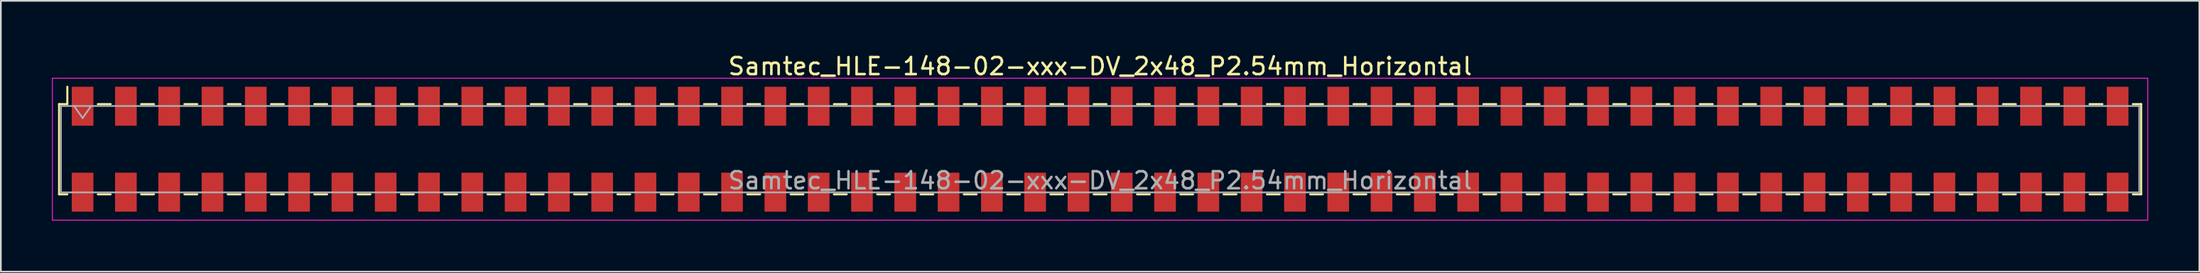
<source format=kicad_pcb>
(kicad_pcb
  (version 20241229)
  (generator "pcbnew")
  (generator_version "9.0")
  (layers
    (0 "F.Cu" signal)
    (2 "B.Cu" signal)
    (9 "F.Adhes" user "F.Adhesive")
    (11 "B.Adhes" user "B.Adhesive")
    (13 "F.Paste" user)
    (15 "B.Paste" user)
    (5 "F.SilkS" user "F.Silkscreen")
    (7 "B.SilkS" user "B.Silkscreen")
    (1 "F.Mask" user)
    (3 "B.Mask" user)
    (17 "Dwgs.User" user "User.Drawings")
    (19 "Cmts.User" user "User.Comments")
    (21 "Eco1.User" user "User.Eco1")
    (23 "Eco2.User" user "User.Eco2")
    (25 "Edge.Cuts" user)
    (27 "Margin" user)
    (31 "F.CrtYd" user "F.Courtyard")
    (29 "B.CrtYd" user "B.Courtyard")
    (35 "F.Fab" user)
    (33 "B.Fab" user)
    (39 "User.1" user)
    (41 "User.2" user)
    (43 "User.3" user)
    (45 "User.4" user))
  (footprint "Samtec_HLE-148-02-xxx-DV_2x48_P2.54mm_Horizontal"
    (layer "F.Cu")
    (at 61.485 5.718)
    (property "Reference" "Samtec_HLE-148-02-xxx-DV_2x48_P2.54mm_Horizontal" (at 0 -4.87 0) (layer "F.SilkS") (effects (font (size 1 1) (thickness 0.15))))
    (attr smd)
    (fp_line (start -61.07 -2.65) (end -61.07 2.65) (stroke (width 0.12) (type solid)) (layer "F.SilkS"))
    (fp_line (start -61.07 2.65) (end -60.585 2.65) (stroke (width 0.12) (type solid)) (layer "F.SilkS"))
    (fp_line (start -60.585 -3.67) (end -60.585 -2.65) (stroke (width 0.12) (type solid)) (layer "F.SilkS"))
    (fp_line (start -60.585 -2.65) (end -61.07 -2.65) (stroke (width 0.12) (type solid)) (layer "F.SilkS"))
    (fp_line (start -58.795 -2.65) (end -58.045 -2.65) (stroke (width 0.12) (type solid)) (layer "F.SilkS"))
    (fp_line (start -58.795 2.65) (end -58.045 2.65) (stroke (width 0.12) (type solid)) (layer "F.SilkS"))
    (fp_line (start -56.255 -2.65) (end -55.505 -2.65) (stroke (width 0.12) (type solid)) (layer "F.SilkS"))
    (fp_line (start -56.255 2.65) (end -55.505 2.65) (stroke (width 0.12) (type solid)) (layer "F.SilkS"))
    (fp_line (start -53.715 -2.65) (end -52.965 -2.65) (stroke (width 0.12) (type solid)) (layer "F.SilkS"))
    (fp_line (start -53.715 2.65) (end -52.965 2.65) (stroke (width 0.12) (type solid)) (layer "F.SilkS"))
    (fp_line (start -51.175 -2.65) (end -50.425 -2.65) (stroke (width 0.12) (type solid)) (layer "F.SilkS"))
    (fp_line (start -51.175 2.65) (end -50.425 2.65) (stroke (width 0.12) (type solid)) (layer "F.SilkS"))
    (fp_line (start -48.635 -2.65) (end -47.885 -2.65) (stroke (width 0.12) (type solid)) (layer "F.SilkS"))
    (fp_line (start -48.635 2.65) (end -47.885 2.65) (stroke (width 0.12) (type solid)) (layer "F.SilkS"))
    (fp_line (start -46.095 -2.65) (end -45.345 -2.65) (stroke (width 0.12) (type solid)) (layer "F.SilkS"))
    (fp_line (start -46.095 2.65) (end -45.345 2.65) (stroke (width 0.12) (type solid)) (layer "F.SilkS"))
    (fp_line (start -43.555 -2.65) (end -42.805 -2.65) (stroke (width 0.12) (type solid)) (layer "F.SilkS"))
    (fp_line (start -43.555 2.65) (end -42.805 2.65) (stroke (width 0.12) (type solid)) (layer "F.SilkS"))
    (fp_line (start -41.015 -2.65) (end -40.265 -2.65) (stroke (width 0.12) (type solid)) (layer "F.SilkS"))
    (fp_line (start -41.015 2.65) (end -40.265 2.65) (stroke (width 0.12) (type solid)) (layer "F.SilkS"))
    (fp_line (start -38.475 -2.65) (end -37.725 -2.65) (stroke (width 0.12) (type solid)) (layer "F.SilkS"))
    (fp_line (start -38.475 2.65) (end -37.725 2.65) (stroke (width 0.12) (type solid)) (layer "F.SilkS"))
    (fp_line (start -35.935 -2.65) (end -35.185 -2.65) (stroke (width 0.12) (type solid)) (layer "F.SilkS"))
    (fp_line (start -35.935 2.65) (end -35.185 2.65) (stroke (width 0.12) (type solid)) (layer "F.SilkS"))
    (fp_line (start -33.395 -2.65) (end -32.645 -2.65) (stroke (width 0.12) (type solid)) (layer "F.SilkS"))
    (fp_line (start -33.395 2.65) (end -32.645 2.65) (stroke (width 0.12) (type solid)) (layer "F.SilkS"))
    (fp_line (start -30.855 -2.65) (end -30.105 -2.65) (stroke (width 0.12) (type solid)) (layer "F.SilkS"))
    (fp_line (start -30.855 2.65) (end -30.105 2.65) (stroke (width 0.12) (type solid)) (layer "F.SilkS"))
    (fp_line (start -28.315 -2.65) (end -27.565 -2.65) (stroke (width 0.12) (type solid)) (layer "F.SilkS"))
    (fp_line (start -28.315 2.65) (end -27.565 2.65) (stroke (width 0.12) (type solid)) (layer "F.SilkS"))
    (fp_line (start -25.775 -2.65) (end -25.025 -2.65) (stroke (width 0.12) (type solid)) (layer "F.SilkS"))
    (fp_line (start -25.775 2.65) (end -25.025 2.65) (stroke (width 0.12) (type solid)) (layer "F.SilkS"))
    (fp_line (start -23.235 -2.65) (end -22.485 -2.65) (stroke (width 0.12) (type solid)) (layer "F.SilkS"))
    (fp_line (start -23.235 2.65) (end -22.485 2.65) (stroke (width 0.12) (type solid)) (layer "F.SilkS"))
    (fp_line (start -20.695 -2.65) (end -19.945 -2.65) (stroke (width 0.12) (type solid)) (layer "F.SilkS"))
    (fp_line (start -20.695 2.65) (end -19.945 2.65) (stroke (width 0.12) (type solid)) (layer "F.SilkS"))
    (fp_line (start -18.155 -2.65) (end -17.405 -2.65) (stroke (width 0.12) (type solid)) (layer "F.SilkS"))
    (fp_line (start -18.155 2.65) (end -17.405 2.65) (stroke (width 0.12) (type solid)) (layer "F.SilkS"))
    (fp_line (start -15.615 -2.65) (end -14.865 -2.65) (stroke (width 0.12) (type solid)) (layer "F.SilkS"))
    (fp_line (start -15.615 2.65) (end -14.865 2.65) (stroke (width 0.12) (type solid)) (layer "F.SilkS"))
    (fp_line (start -13.075 -2.65) (end -12.325 -2.65) (stroke (width 0.12) (type solid)) (layer "F.SilkS"))
    (fp_line (start -13.075 2.65) (end -12.325 2.65) (stroke (width 0.12) (type solid)) (layer "F.SilkS"))
    (fp_line (start -10.535 -2.65) (end -9.785 -2.65) (stroke (width 0.12) (type solid)) (layer "F.SilkS"))
    (fp_line (start -10.535 2.65) (end -9.785 2.65) (stroke (width 0.12) (type solid)) (layer "F.SilkS"))
    (fp_line (start -7.995 -2.65) (end -7.245 -2.65) (stroke (width 0.12) (type solid)) (layer "F.SilkS"))
    (fp_line (start -7.995 2.65) (end -7.245 2.65) (stroke (width 0.12) (type solid)) (layer "F.SilkS"))
    (fp_line (start -5.455 -2.65) (end -4.705 -2.65) (stroke (width 0.12) (type solid)) (layer "F.SilkS"))
    (fp_line (start -5.455 2.65) (end -4.705 2.65) (stroke (width 0.12) (type solid)) (layer "F.SilkS"))
    (fp_line (start -2.915 -2.65) (end -2.165 -2.65) (stroke (width 0.12) (type solid)) (layer "F.SilkS"))
    (fp_line (start -2.915 2.65) (end -2.165 2.65) (stroke (width 0.12) (type solid)) (layer "F.SilkS"))
    (fp_line (start -0.375 -2.65) (end 0.375 -2.65) (stroke (width 0.12) (type solid)) (layer "F.SilkS"))
    (fp_line (start -0.375 2.65) (end 0.375 2.65) (stroke (width 0.12) (type solid)) (layer "F.SilkS"))
    (fp_line (start 2.165 -2.65) (end 2.915 -2.65) (stroke (width 0.12) (type solid)) (layer "F.SilkS"))
    (fp_line (start 2.165 2.65) (end 2.915 2.65) (stroke (width 0.12) (type solid)) (layer "F.SilkS"))
    (fp_line (start 4.705 -2.65) (end 5.455 -2.65) (stroke (width 0.12) (type solid)) (layer "F.SilkS"))
    (fp_line (start 4.705 2.65) (end 5.455 2.65) (stroke (width 0.12) (type solid)) (layer "F.SilkS"))
    (fp_line (start 7.245 -2.65) (end 7.995 -2.65) (stroke (width 0.12) (type solid)) (layer "F.SilkS"))
    (fp_line (start 7.245 2.65) (end 7.995 2.65) (stroke (width 0.12) (type solid)) (layer "F.SilkS"))
    (fp_line (start 9.785 -2.65) (end 10.535 -2.65) (stroke (width 0.12) (type solid)) (layer "F.SilkS"))
    (fp_line (start 9.785 2.65) (end 10.535 2.65) (stroke (width 0.12) (type solid)) (layer "F.SilkS"))
    (fp_line (start 12.325 -2.65) (end 13.075 -2.65) (stroke (width 0.12) (type solid)) (layer "F.SilkS"))
    (fp_line (start 12.325 2.65) (end 13.075 2.65) (stroke (width 0.12) (type solid)) (layer "F.SilkS"))
    (fp_line (start 14.865 -2.65) (end 15.615 -2.65) (stroke (width 0.12) (type solid)) (layer "F.SilkS"))
    (fp_line (start 14.865 2.65) (end 15.615 2.65) (stroke (width 0.12) (type solid)) (layer "F.SilkS"))
    (fp_line (start 17.405 -2.65) (end 18.155 -2.65) (stroke (width 0.12) (type solid)) (layer "F.SilkS"))
    (fp_line (start 17.405 2.65) (end 18.155 2.65) (stroke (width 0.12) (type solid)) (layer "F.SilkS"))
    (fp_line (start 19.945 -2.65) (end 20.695 -2.65) (stroke (width 0.12) (type solid)) (layer "F.SilkS"))
    (fp_line (start 19.945 2.65) (end 20.695 2.65) (stroke (width 0.12) (type solid)) (layer "F.SilkS"))
    (fp_line (start 22.485 -2.65) (end 23.235 -2.65) (stroke (width 0.12) (type solid)) (layer "F.SilkS"))
    (fp_line (start 22.485 2.65) (end 23.235 2.65) (stroke (width 0.12) (type solid)) (layer "F.SilkS"))
    (fp_line (start 25.025 -2.65) (end 25.775 -2.65) (stroke (width 0.12) (type solid)) (layer "F.SilkS"))
    (fp_line (start 25.025 2.65) (end 25.775 2.65) (stroke (width 0.12) (type solid)) (layer "F.SilkS"))
    (fp_line (start 27.565 -2.65) (end 28.315 -2.65) (stroke (width 0.12) (type solid)) (layer "F.SilkS"))
    (fp_line (start 27.565 2.65) (end 28.315 2.65) (stroke (width 0.12) (type solid)) (layer "F.SilkS"))
    (fp_line (start 30.105 -2.65) (end 30.855 -2.65) (stroke (width 0.12) (type solid)) (layer "F.SilkS"))
    (fp_line (start 30.105 2.65) (end 30.855 2.65) (stroke (width 0.12) (type solid)) (layer "F.SilkS"))
    (fp_line (start 32.645 -2.65) (end 33.395 -2.65) (stroke (width 0.12) (type solid)) (layer "F.SilkS"))
    (fp_line (start 32.645 2.65) (end 33.395 2.65) (stroke (width 0.12) (type solid)) (layer "F.SilkS"))
    (fp_line (start 35.185 -2.65) (end 35.935 -2.65) (stroke (width 0.12) (type solid)) (layer "F.SilkS"))
    (fp_line (start 35.185 2.65) (end 35.935 2.65) (stroke (width 0.12) (type solid)) (layer "F.SilkS"))
    (fp_line (start 37.725 -2.65) (end 38.475 -2.65) (stroke (width 0.12) (type solid)) (layer "F.SilkS"))
    (fp_line (start 37.725 2.65) (end 38.475 2.65) (stroke (width 0.12) (type solid)) (layer "F.SilkS"))
    (fp_line (start 40.265 -2.65) (end 41.015 -2.65) (stroke (width 0.12) (type solid)) (layer "F.SilkS"))
    (fp_line (start 40.265 2.65) (end 41.015 2.65) (stroke (width 0.12) (type solid)) (layer "F.SilkS"))
    (fp_line (start 42.805 -2.65) (end 43.555 -2.65) (stroke (width 0.12) (type solid)) (layer "F.SilkS"))
    (fp_line (start 42.805 2.65) (end 43.555 2.65) (stroke (width 0.12) (type solid)) (layer "F.SilkS"))
    (fp_line (start 45.345 -2.65) (end 46.095 -2.65) (stroke (width 0.12) (type solid)) (layer "F.SilkS"))
    (fp_line (start 45.345 2.65) (end 46.095 2.65) (stroke (width 0.12) (type solid)) (layer "F.SilkS"))
    (fp_line (start 47.885 -2.65) (end 48.635 -2.65) (stroke (width 0.12) (type solid)) (layer "F.SilkS"))
    (fp_line (start 47.885 2.65) (end 48.635 2.65) (stroke (width 0.12) (type solid)) (layer "F.SilkS"))
    (fp_line (start 50.425 -2.65) (end 51.175 -2.65) (stroke (width 0.12) (type solid)) (layer "F.SilkS"))
    (fp_line (start 50.425 2.65) (end 51.175 2.65) (stroke (width 0.12) (type solid)) (layer "F.SilkS"))
    (fp_line (start 52.965 -2.65) (end 53.715 -2.65) (stroke (width 0.12) (type solid)) (layer "F.SilkS"))
    (fp_line (start 52.965 2.65) (end 53.715 2.65) (stroke (width 0.12) (type solid)) (layer "F.SilkS"))
    (fp_line (start 55.505 -2.65) (end 56.255 -2.65) (stroke (width 0.12) (type solid)) (layer "F.SilkS"))
    (fp_line (start 55.505 2.65) (end 56.255 2.65) (stroke (width 0.12) (type solid)) (layer "F.SilkS"))
    (fp_line (start 58.045 -2.65) (end 58.795 -2.65) (stroke (width 0.12) (type solid)) (layer "F.SilkS"))
    (fp_line (start 58.045 2.65) (end 58.795 2.65) (stroke (width 0.12) (type solid)) (layer "F.SilkS"))
    (fp_line (start 60.585 -2.65) (end 61.07 -2.65) (stroke (width 0.12) (type solid)) (layer "F.SilkS"))
    (fp_line (start 61.07 -2.65) (end 61.07 2.65) (stroke (width 0.12) (type solid)) (layer "F.SilkS"))
    (fp_line (start 61.07 2.65) (end 60.585 2.65) (stroke (width 0.12) (type solid)) (layer "F.SilkS"))
    (fp_line (start -61.46 -4.17) (end 61.46 -4.17) (stroke (width 0.05) (type solid)) (layer "F.CrtYd"))
    (fp_line (start -61.46 4.17) (end -61.46 -4.17) (stroke (width 0.05) (type solid)) (layer "F.CrtYd"))
    (fp_line (start 61.46 -4.17) (end 61.46 4.17) (stroke (width 0.05) (type solid)) (layer "F.CrtYd"))
    (fp_line (start 61.46 4.17) (end -61.46 4.17) (stroke (width 0.05) (type solid)) (layer "F.CrtYd"))
    (fp_line (start -60.96 -2.54) (end 60.96 -2.54) (stroke (width 0.1) (type solid)) (layer "F.Fab"))
    (fp_line (start -60.96 2.54) (end -60.96 -2.54) (stroke (width 0.1) (type solid)) (layer "F.Fab"))
    (fp_line (start -60.19 -2.54) (end -59.69 -1.833) (stroke (width 0.1) (type solid)) (layer "F.Fab"))
    (fp_line (start -59.69 -1.833) (end -59.19 -2.54) (stroke (width 0.1) (type solid)) (layer "F.Fab"))
    (fp_line (start 60.96 -2.54) (end 60.96 2.54) (stroke (width 0.1) (type solid)) (layer "F.Fab"))
    (fp_line (start 60.96 2.54) (end -60.96 2.54) (stroke (width 0.1) (type solid)) (layer "F.Fab"))
    (fp_text user "${REFERENCE}" (at 0 1.84 0) (layer "F.Fab") (effects (font (size 1 1) (thickness 0.15))))
    (pad "1" smd rect (at -59.69 -2.525) (size 1.27 2.29) (layers "F.Cu" "F.Mask" "F.Paste"))
    (pad "2" smd rect (at -59.69 2.525) (size 1.27 2.29) (layers "F.Cu" "F.Mask" "F.Paste"))
    (pad "3" smd rect (at -57.15 -2.525) (size 1.27 2.29) (layers "F.Cu" "F.Mask" "F.Paste"))
    (pad "4" smd rect (at -57.15 2.525) (size 1.27 2.29) (layers "F.Cu" "F.Mask" "F.Paste"))
    (pad "5" smd rect (at -54.61 -2.525) (size 1.27 2.29) (layers "F.Cu" "F.Mask" "F.Paste"))
    (pad "6" smd rect (at -54.61 2.525) (size 1.27 2.29) (layers "F.Cu" "F.Mask" "F.Paste"))
    (pad "7" smd rect (at -52.07 -2.525) (size 1.27 2.29) (layers "F.Cu" "F.Mask" "F.Paste"))
    (pad "8" smd rect (at -52.07 2.525) (size 1.27 2.29) (layers "F.Cu" "F.Mask" "F.Paste"))
    (pad "9" smd rect (at -49.53 -2.525) (size 1.27 2.29) (layers "F.Cu" "F.Mask" "F.Paste"))
    (pad "10" smd rect (at -49.53 2.525) (size 1.27 2.29) (layers "F.Cu" "F.Mask" "F.Paste"))
    (pad "11" smd rect (at -46.99 -2.525) (size 1.27 2.29) (layers "F.Cu" "F.Mask" "F.Paste"))
    (pad "12" smd rect (at -46.99 2.525) (size 1.27 2.29) (layers "F.Cu" "F.Mask" "F.Paste"))
    (pad "13" smd rect (at -44.45 -2.525) (size 1.27 2.29) (layers "F.Cu" "F.Mask" "F.Paste"))
    (pad "14" smd rect (at -44.45 2.525) (size 1.27 2.29) (layers "F.Cu" "F.Mask" "F.Paste"))
    (pad "15" smd rect (at -41.91 -2.525) (size 1.27 2.29) (layers "F.Cu" "F.Mask" "F.Paste"))
    (pad "16" smd rect (at -41.91 2.525) (size 1.27 2.29) (layers "F.Cu" "F.Mask" "F.Paste"))
    (pad "17" smd rect (at -39.37 -2.525) (size 1.27 2.29) (layers "F.Cu" "F.Mask" "F.Paste"))
    (pad "18" smd rect (at -39.37 2.525) (size 1.27 2.29) (layers "F.Cu" "F.Mask" "F.Paste"))
    (pad "19" smd rect (at -36.83 -2.525) (size 1.27 2.29) (layers "F.Cu" "F.Mask" "F.Paste"))
    (pad "20" smd rect (at -36.83 2.525) (size 1.27 2.29) (layers "F.Cu" "F.Mask" "F.Paste"))
    (pad "21" smd rect (at -34.29 -2.525) (size 1.27 2.29) (layers "F.Cu" "F.Mask" "F.Paste"))
    (pad "22" smd rect (at -34.29 2.525) (size 1.27 2.29) (layers "F.Cu" "F.Mask" "F.Paste"))
    (pad "23" smd rect (at -31.75 -2.525) (size 1.27 2.29) (layers "F.Cu" "F.Mask" "F.Paste"))
    (pad "24" smd rect (at -31.75 2.525) (size 1.27 2.29) (layers "F.Cu" "F.Mask" "F.Paste"))
    (pad "25" smd rect (at -29.21 -2.525) (size 1.27 2.29) (layers "F.Cu" "F.Mask" "F.Paste"))
    (pad "26" smd rect (at -29.21 2.525) (size 1.27 2.29) (layers "F.Cu" "F.Mask" "F.Paste"))
    (pad "27" smd rect (at -26.67 -2.525) (size 1.27 2.29) (layers "F.Cu" "F.Mask" "F.Paste"))
    (pad "28" smd rect (at -26.67 2.525) (size 1.27 2.29) (layers "F.Cu" "F.Mask" "F.Paste"))
    (pad "29" smd rect (at -24.13 -2.525) (size 1.27 2.29) (layers "F.Cu" "F.Mask" "F.Paste"))
    (pad "30" smd rect (at -24.13 2.525) (size 1.27 2.29) (layers "F.Cu" "F.Mask" "F.Paste"))
    (pad "31" smd rect (at -21.59 -2.525) (size 1.27 2.29) (layers "F.Cu" "F.Mask" "F.Paste"))
    (pad "32" smd rect (at -21.59 2.525) (size 1.27 2.29) (layers "F.Cu" "F.Mask" "F.Paste"))
    (pad "33" smd rect (at -19.05 -2.525) (size 1.27 2.29) (layers "F.Cu" "F.Mask" "F.Paste"))
    (pad "34" smd rect (at -19.05 2.525) (size 1.27 2.29) (layers "F.Cu" "F.Mask" "F.Paste"))
    (pad "35" smd rect (at -16.51 -2.525) (size 1.27 2.29) (layers "F.Cu" "F.Mask" "F.Paste"))
    (pad "36" smd rect (at -16.51 2.525) (size 1.27 2.29) (layers "F.Cu" "F.Mask" "F.Paste"))
    (pad "37" smd rect (at -13.97 -2.525) (size 1.27 2.29) (layers "F.Cu" "F.Mask" "F.Paste"))
    (pad "38" smd rect (at -13.97 2.525) (size 1.27 2.29) (layers "F.Cu" "F.Mask" "F.Paste"))
    (pad "39" smd rect (at -11.43 -2.525) (size 1.27 2.29) (layers "F.Cu" "F.Mask" "F.Paste"))
    (pad "40" smd rect (at -11.43 2.525) (size 1.27 2.29) (layers "F.Cu" "F.Mask" "F.Paste"))
    (pad "41" smd rect (at -8.89 -2.525) (size 1.27 2.29) (layers "F.Cu" "F.Mask" "F.Paste"))
    (pad "42" smd rect (at -8.89 2.525) (size 1.27 2.29) (layers "F.Cu" "F.Mask" "F.Paste"))
    (pad "43" smd rect (at -6.35 -2.525) (size 1.27 2.29) (layers "F.Cu" "F.Mask" "F.Paste"))
    (pad "44" smd rect (at -6.35 2.525) (size 1.27 2.29) (layers "F.Cu" "F.Mask" "F.Paste"))
    (pad "45" smd rect (at -3.81 -2.525) (size 1.27 2.29) (layers "F.Cu" "F.Mask" "F.Paste"))
    (pad "46" smd rect (at -3.81 2.525) (size 1.27 2.29) (layers "F.Cu" "F.Mask" "F.Paste"))
    (pad "47" smd rect (at -1.27 -2.525) (size 1.27 2.29) (layers "F.Cu" "F.Mask" "F.Paste"))
    (pad "48" smd rect (at -1.27 2.525) (size 1.27 2.29) (layers "F.Cu" "F.Mask" "F.Paste"))
    (pad "49" smd rect (at 1.27 -2.525) (size 1.27 2.29) (layers "F.Cu" "F.Mask" "F.Paste"))
    (pad "50" smd rect (at 1.27 2.525) (size 1.27 2.29) (layers "F.Cu" "F.Mask" "F.Paste"))
    (pad "51" smd rect (at 3.81 -2.525) (size 1.27 2.29) (layers "F.Cu" "F.Mask" "F.Paste"))
    (pad "52" smd rect (at 3.81 2.525) (size 1.27 2.29) (layers "F.Cu" "F.Mask" "F.Paste"))
    (pad "53" smd rect (at 6.35 -2.525) (size 1.27 2.29) (layers "F.Cu" "F.Mask" "F.Paste"))
    (pad "54" smd rect (at 6.35 2.525) (size 1.27 2.29) (layers "F.Cu" "F.Mask" "F.Paste"))
    (pad "55" smd rect (at 8.89 -2.525) (size 1.27 2.29) (layers "F.Cu" "F.Mask" "F.Paste"))
    (pad "56" smd rect (at 8.89 2.525) (size 1.27 2.29) (layers "F.Cu" "F.Mask" "F.Paste"))
    (pad "57" smd rect (at 11.43 -2.525) (size 1.27 2.29) (layers "F.Cu" "F.Mask" "F.Paste"))
    (pad "58" smd rect (at 11.43 2.525) (size 1.27 2.29) (layers "F.Cu" "F.Mask" "F.Paste"))
    (pad "59" smd rect (at 13.97 -2.525) (size 1.27 2.29) (layers "F.Cu" "F.Mask" "F.Paste"))
    (pad "60" smd rect (at 13.97 2.525) (size 1.27 2.29) (layers "F.Cu" "F.Mask" "F.Paste"))
    (pad "61" smd rect (at 16.51 -2.525) (size 1.27 2.29) (layers "F.Cu" "F.Mask" "F.Paste"))
    (pad "62" smd rect (at 16.51 2.525) (size 1.27 2.29) (layers "F.Cu" "F.Mask" "F.Paste"))
    (pad "63" smd rect (at 19.05 -2.525) (size 1.27 2.29) (layers "F.Cu" "F.Mask" "F.Paste"))
    (pad "64" smd rect (at 19.05 2.525) (size 1.27 2.29) (layers "F.Cu" "F.Mask" "F.Paste"))
    (pad "65" smd rect (at 21.59 -2.525) (size 1.27 2.29) (layers "F.Cu" "F.Mask" "F.Paste"))
    (pad "66" smd rect (at 21.59 2.525) (size 1.27 2.29) (layers "F.Cu" "F.Mask" "F.Paste"))
    (pad "67" smd rect (at 24.13 -2.525) (size 1.27 2.29) (layers "F.Cu" "F.Mask" "F.Paste"))
    (pad "68" smd rect (at 24.13 2.525) (size 1.27 2.29) (layers "F.Cu" "F.Mask" "F.Paste"))
    (pad "69" smd rect (at 26.67 -2.525) (size 1.27 2.29) (layers "F.Cu" "F.Mask" "F.Paste"))
    (pad "70" smd rect (at 26.67 2.525) (size 1.27 2.29) (layers "F.Cu" "F.Mask" "F.Paste"))
    (pad "71" smd rect (at 29.21 -2.525) (size 1.27 2.29) (layers "F.Cu" "F.Mask" "F.Paste"))
    (pad "72" smd rect (at 29.21 2.525) (size 1.27 2.29) (layers "F.Cu" "F.Mask" "F.Paste"))
    (pad "73" smd rect (at 31.75 -2.525) (size 1.27 2.29) (layers "F.Cu" "F.Mask" "F.Paste"))
    (pad "74" smd rect (at 31.75 2.525) (size 1.27 2.29) (layers "F.Cu" "F.Mask" "F.Paste"))
    (pad "75" smd rect (at 34.29 -2.525) (size 1.27 2.29) (layers "F.Cu" "F.Mask" "F.Paste"))
    (pad "76" smd rect (at 34.29 2.525) (size 1.27 2.29) (layers "F.Cu" "F.Mask" "F.Paste"))
    (pad "77" smd rect (at 36.83 -2.525) (size 1.27 2.29) (layers "F.Cu" "F.Mask" "F.Paste"))
    (pad "78" smd rect (at 36.83 2.525) (size 1.27 2.29) (layers "F.Cu" "F.Mask" "F.Paste"))
    (pad "79" smd rect (at 39.37 -2.525) (size 1.27 2.29) (layers "F.Cu" "F.Mask" "F.Paste"))
    (pad "80" smd rect (at 39.37 2.525) (size 1.27 2.29) (layers "F.Cu" "F.Mask" "F.Paste"))
    (pad "81" smd rect (at 41.91 -2.525) (size 1.27 2.29) (layers "F.Cu" "F.Mask" "F.Paste"))
    (pad "82" smd rect (at 41.91 2.525) (size 1.27 2.29) (layers "F.Cu" "F.Mask" "F.Paste"))
    (pad "83" smd rect (at 44.45 -2.525) (size 1.27 2.29) (layers "F.Cu" "F.Mask" "F.Paste"))
    (pad "84" smd rect (at 44.45 2.525) (size 1.27 2.29) (layers "F.Cu" "F.Mask" "F.Paste"))
    (pad "85" smd rect (at 46.99 -2.525) (size 1.27 2.29) (layers "F.Cu" "F.Mask" "F.Paste"))
    (pad "86" smd rect (at 46.99 2.525) (size 1.27 2.29) (layers "F.Cu" "F.Mask" "F.Paste"))
    (pad "87" smd rect (at 49.53 -2.525) (size 1.27 2.29) (layers "F.Cu" "F.Mask" "F.Paste"))
    (pad "88" smd rect (at 49.53 2.525) (size 1.27 2.29) (layers "F.Cu" "F.Mask" "F.Paste"))
    (pad "89" smd rect (at 52.07 -2.525) (size 1.27 2.29) (layers "F.Cu" "F.Mask" "F.Paste"))
    (pad "90" smd rect (at 52.07 2.525) (size 1.27 2.29) (layers "F.Cu" "F.Mask" "F.Paste"))
    (pad "91" smd rect (at 54.61 -2.525) (size 1.27 2.29) (layers "F.Cu" "F.Mask" "F.Paste"))
    (pad "92" smd rect (at 54.61 2.525) (size 1.27 2.29) (layers "F.Cu" "F.Mask" "F.Paste"))
    (pad "93" smd rect (at 57.15 -2.525) (size 1.27 2.29) (layers "F.Cu" "F.Mask" "F.Paste"))
    (pad "94" smd rect (at 57.15 2.525) (size 1.27 2.29) (layers "F.Cu" "F.Mask" "F.Paste"))
    (pad "95" smd rect (at 59.69 -2.525) (size 1.27 2.29) (layers "F.Cu" "F.Mask" "F.Paste"))
    (pad "96" smd rect (at 59.69 2.525) (size 1.27 2.29) (layers "F.Cu" "F.Mask" "F.Paste")))
  (gr_rect
    (start -3 -3)
    (end 125.97 12.913)
    (stroke (width 0.1) (type default))
    (fill no)
    (layer "Edge.Cuts")))
</source>
